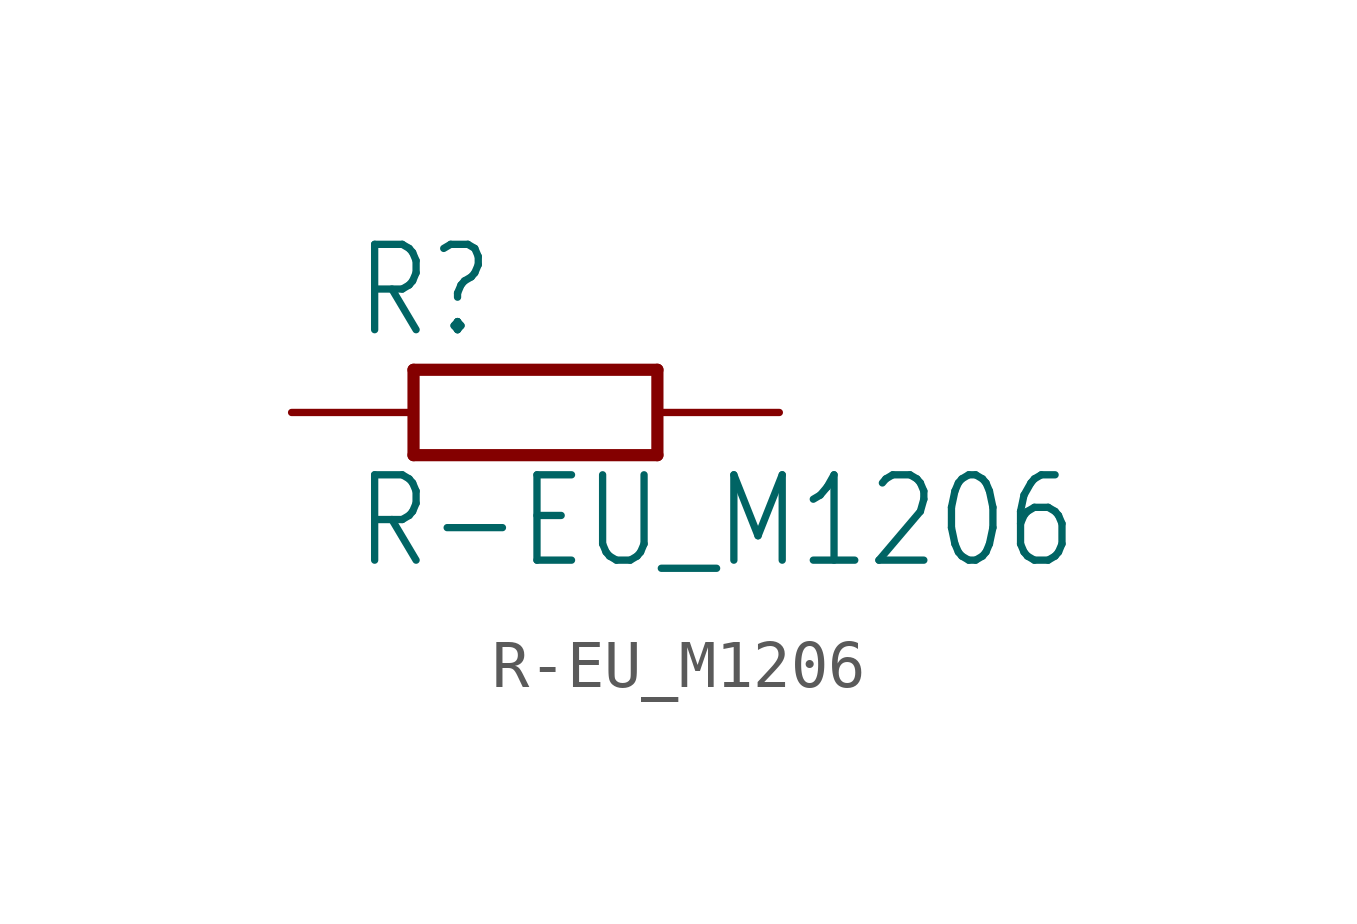
<source format=kicad_sym>
(kicad_symbol_lib
  (version 20220331)
  (generator kicad_symbol_editor)
  (symbol "R-EU_M1206"
    (property "Reference" "R"
      (at -3.81 1.499 0)
      (effects (font (size 1.778 1.511)) (justify left bottom)))
    (property "Value" "R-EU_M1206"
      (at -3.81 -3.302 0)
      (effects (font (size 1.778 1.511)) (justify left bottom)))
    (property "ki_locked" ""
      (at 0 0 0)
      (effects (font (size 1.27 1.27))))
    (symbol "R-EU_M1206_1_0"
      (polyline (pts (xy -2.54 -0.889) (xy -2.54 0.889)) (stroke (width 0.254) (type solid)) (fill (type none)))
      (polyline (pts (xy -2.54 -0.889) (xy 2.54 -0.889)) (stroke (width 0.254) (type solid)) (fill (type none)))
      (polyline (pts (xy 2.54 -0.889) (xy 2.54 0.889)) (stroke (width 0.254) (type solid)) (fill (type none)))
      (polyline (pts (xy 2.54 0.889) (xy -2.54 0.889)) (stroke (width 0.254) (type solid)) (fill (type none)))
      (pin passive line (at -5.08 0 0) (length 2.54) (name "1" (effects (font (size 0 0)))) (number "1" (effects (font (size 0 0)))))
      (pin passive line (at 5.08 0 180) (length 2.54) (name "2" (effects (font (size 0 0)))) (number "2" (effects (font (size 0 0))))))))
</source>
